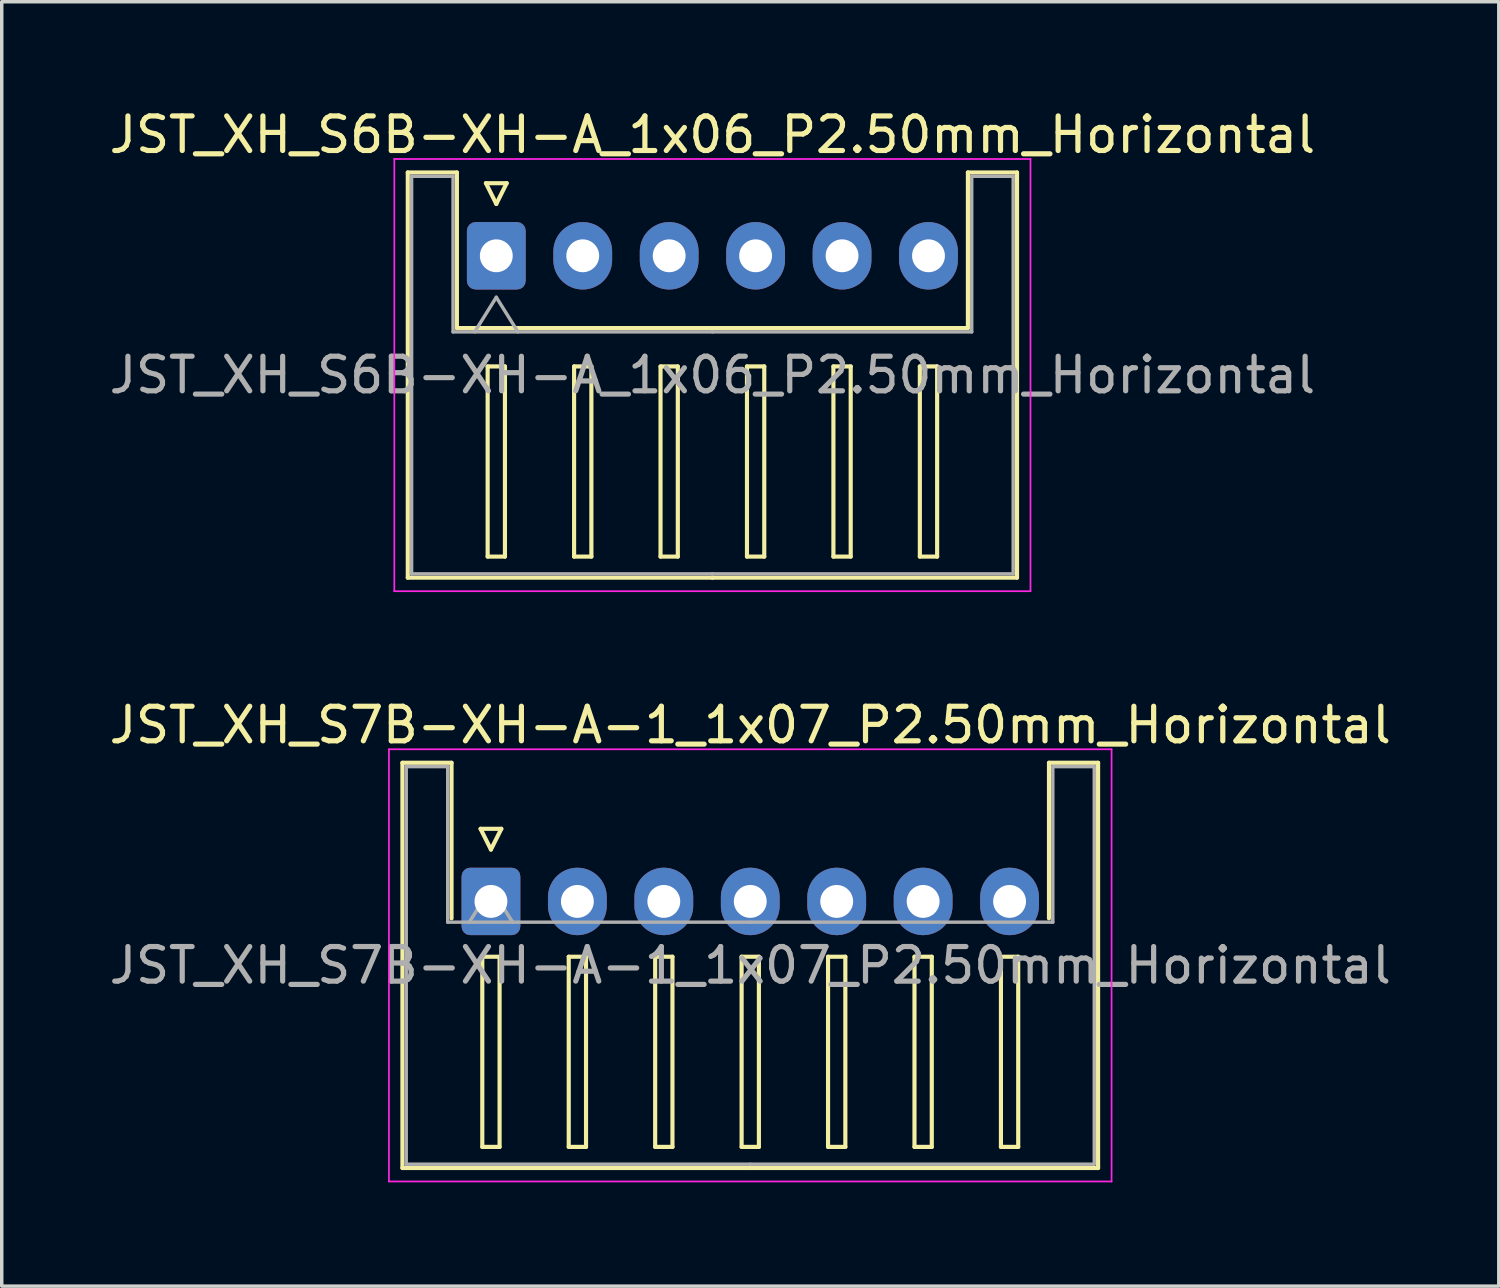
<source format=kicad_pcb>
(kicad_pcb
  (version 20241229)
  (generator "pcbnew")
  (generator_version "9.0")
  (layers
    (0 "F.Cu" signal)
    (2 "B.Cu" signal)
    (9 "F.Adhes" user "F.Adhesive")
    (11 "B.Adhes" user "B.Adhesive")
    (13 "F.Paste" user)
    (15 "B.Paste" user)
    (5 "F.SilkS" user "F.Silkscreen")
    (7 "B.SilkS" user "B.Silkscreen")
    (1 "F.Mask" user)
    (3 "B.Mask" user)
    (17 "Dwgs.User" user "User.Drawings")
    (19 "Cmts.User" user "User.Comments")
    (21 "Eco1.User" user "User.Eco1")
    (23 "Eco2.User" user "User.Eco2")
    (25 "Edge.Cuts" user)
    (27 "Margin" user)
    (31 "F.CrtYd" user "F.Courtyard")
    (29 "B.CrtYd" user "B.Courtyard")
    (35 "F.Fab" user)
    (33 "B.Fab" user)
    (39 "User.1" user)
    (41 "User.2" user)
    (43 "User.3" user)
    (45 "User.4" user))
  (footprint "JST_XH_S7B-XH-A-1_1x07_P2.50mm_Horizontal"
    (layer "F.Cu")
    (at 11.149 23.021)
    (property "Reference" "JST_XH_S7B-XH-A-1_1x07_P2.50mm_Horizontal" (at 7.5 -5.1 0) (layer "F.SilkS") (effects (font (size 1 1) (thickness 0.15))))
    (attr through_hole)
    (fp_line (start -2.56 -4.01) (end -1.14 -4.01) (stroke (width 0.12) (type solid)) (layer "F.SilkS"))
    (fp_line (start -2.56 7.71) (end -2.56 -4.01) (stroke (width 0.12) (type solid)) (layer "F.SilkS"))
    (fp_line (start -1.14 -4.01) (end -1.14 0.49) (stroke (width 0.12) (type solid)) (layer "F.SilkS"))
    (fp_line (start -0.3 -2.1) (end 0.3 -2.1) (stroke (width 0.12) (type solid)) (layer "F.SilkS"))
    (fp_line (start -0.25 1.6) (end -0.25 7.1) (stroke (width 0.12) (type solid)) (layer "F.SilkS"))
    (fp_line (start -0.25 7.1) (end 0.25 7.1) (stroke (width 0.12) (type solid)) (layer "F.SilkS"))
    (fp_line (start 0 -1.5) (end -0.3 -2.1) (stroke (width 0.12) (type solid)) (layer "F.SilkS"))
    (fp_line (start 0.25 1.6) (end -0.25 1.6) (stroke (width 0.12) (type solid)) (layer "F.SilkS"))
    (fp_line (start 0.25 7.1) (end 0.25 1.6) (stroke (width 0.12) (type solid)) (layer "F.SilkS"))
    (fp_line (start 0.3 -2.1) (end 0 -1.5) (stroke (width 0.12) (type solid)) (layer "F.SilkS"))
    (fp_line (start 2.25 1.6) (end 2.25 7.1) (stroke (width 0.12) (type solid)) (layer "F.SilkS"))
    (fp_line (start 2.25 7.1) (end 2.75 7.1) (stroke (width 0.12) (type solid)) (layer "F.SilkS"))
    (fp_line (start 2.75 1.6) (end 2.25 1.6) (stroke (width 0.12) (type solid)) (layer "F.SilkS"))
    (fp_line (start 2.75 7.1) (end 2.75 1.6) (stroke (width 0.12) (type solid)) (layer "F.SilkS"))
    (fp_line (start 4.75 1.6) (end 4.75 7.1) (stroke (width 0.12) (type solid)) (layer "F.SilkS"))
    (fp_line (start 4.75 7.1) (end 5.25 7.1) (stroke (width 0.12) (type solid)) (layer "F.SilkS"))
    (fp_line (start 5.25 1.6) (end 4.75 1.6) (stroke (width 0.12) (type solid)) (layer "F.SilkS"))
    (fp_line (start 5.25 7.1) (end 5.25 1.6) (stroke (width 0.12) (type solid)) (layer "F.SilkS"))
    (fp_line (start 7.25 1.6) (end 7.25 7.1) (stroke (width 0.12) (type solid)) (layer "F.SilkS"))
    (fp_line (start 7.25 7.1) (end 7.75 7.1) (stroke (width 0.12) (type solid)) (layer "F.SilkS"))
    (fp_line (start 7.5 7.71) (end -2.56 7.71) (stroke (width 0.12) (type solid)) (layer "F.SilkS"))
    (fp_line (start 7.5 7.71) (end 17.56 7.71) (stroke (width 0.12) (type solid)) (layer "F.SilkS"))
    (fp_line (start 7.75 1.6) (end 7.25 1.6) (stroke (width 0.12) (type solid)) (layer "F.SilkS"))
    (fp_line (start 7.75 7.1) (end 7.75 1.6) (stroke (width 0.12) (type solid)) (layer "F.SilkS"))
    (fp_line (start 9.75 1.6) (end 9.75 7.1) (stroke (width 0.12) (type solid)) (layer "F.SilkS"))
    (fp_line (start 9.75 7.1) (end 10.25 7.1) (stroke (width 0.12) (type solid)) (layer "F.SilkS"))
    (fp_line (start 10.25 1.6) (end 9.75 1.6) (stroke (width 0.12) (type solid)) (layer "F.SilkS"))
    (fp_line (start 10.25 7.1) (end 10.25 1.6) (stroke (width 0.12) (type solid)) (layer "F.SilkS"))
    (fp_line (start 12.25 1.6) (end 12.25 7.1) (stroke (width 0.12) (type solid)) (layer "F.SilkS"))
    (fp_line (start 12.25 7.1) (end 12.75 7.1) (stroke (width 0.12) (type solid)) (layer "F.SilkS"))
    (fp_line (start 12.75 1.6) (end 12.25 1.6) (stroke (width 0.12) (type solid)) (layer "F.SilkS"))
    (fp_line (start 12.75 7.1) (end 12.75 1.6) (stroke (width 0.12) (type solid)) (layer "F.SilkS"))
    (fp_line (start 14.75 1.6) (end 14.75 7.1) (stroke (width 0.12) (type solid)) (layer "F.SilkS"))
    (fp_line (start 14.75 7.1) (end 15.25 7.1) (stroke (width 0.12) (type solid)) (layer "F.SilkS"))
    (fp_line (start 15.25 1.6) (end 14.75 1.6) (stroke (width 0.12) (type solid)) (layer "F.SilkS"))
    (fp_line (start 15.25 7.1) (end 15.25 1.6) (stroke (width 0.12) (type solid)) (layer "F.SilkS"))
    (fp_line (start 16.14 -4.01) (end 16.14 0.49) (stroke (width 0.12) (type solid)) (layer "F.SilkS"))
    (fp_line (start 17.56 -4.01) (end 16.14 -4.01) (stroke (width 0.12) (type solid)) (layer "F.SilkS"))
    (fp_line (start 17.56 7.71) (end 17.56 -4.01) (stroke (width 0.12) (type solid)) (layer "F.SilkS"))
    (fp_line (start -2.95 -4.4) (end -2.95 8.1) (stroke (width 0.05) (type solid)) (layer "F.CrtYd"))
    (fp_line (start -2.95 8.1) (end 17.95 8.1) (stroke (width 0.05) (type solid)) (layer "F.CrtYd"))
    (fp_line (start 17.95 -4.4) (end -2.95 -4.4) (stroke (width 0.05) (type solid)) (layer "F.CrtYd"))
    (fp_line (start 17.95 8.1) (end 17.95 -4.4) (stroke (width 0.05) (type solid)) (layer "F.CrtYd"))
    (fp_line (start -2.45 -3.9) (end -1.25 -3.9) (stroke (width 0.1) (type solid)) (layer "F.Fab"))
    (fp_line (start -2.45 7.6) (end -2.45 -3.9) (stroke (width 0.1) (type solid)) (layer "F.Fab"))
    (fp_line (start -1.25 -3.9) (end -1.25 0.6) (stroke (width 0.1) (type solid)) (layer "F.Fab"))
    (fp_line (start -1.25 0.6) (end 7.5 0.6) (stroke (width 0.1) (type solid)) (layer "F.Fab"))
    (fp_line (start -0.625 0.6) (end 0 -0.4) (stroke (width 0.1) (type solid)) (layer "F.Fab"))
    (fp_line (start 0 -0.4) (end 0.625 0.6) (stroke (width 0.1) (type solid)) (layer "F.Fab"))
    (fp_line (start 7.5 7.6) (end -2.45 7.6) (stroke (width 0.1) (type solid)) (layer "F.Fab"))
    (fp_line (start 7.5 7.6) (end 17.45 7.6) (stroke (width 0.1) (type solid)) (layer "F.Fab"))
    (fp_line (start 16.25 -3.9) (end 16.25 0.6) (stroke (width 0.1) (type solid)) (layer "F.Fab"))
    (fp_line (start 16.25 0.6) (end 7.5 0.6) (stroke (width 0.1) (type solid)) (layer "F.Fab"))
    (fp_line (start 17.45 -3.9) (end 16.25 -3.9) (stroke (width 0.1) (type solid)) (layer "F.Fab"))
    (fp_line (start 17.45 7.6) (end 17.45 -3.9) (stroke (width 0.1) (type solid)) (layer "F.Fab"))
    (fp_text user "${REFERENCE}" (at 7.5 1.85 0) (layer "F.Fab") (effects (font (size 1 1) (thickness 0.15))))
    (pad "1" thru_hole roundrect (at 0 0) (size 1.7 1.95) (drill 0.95) (layers "*.Cu" "*.Mask") (roundrect_rratio 0.147))
    (pad "2" thru_hole oval (at 2.5 0) (size 1.7 1.95) (drill 0.95) (layers "*.Cu" "*.Mask"))
    (pad "3" thru_hole oval (at 5 0) (size 1.7 1.95) (drill 0.95) (layers "*.Cu" "*.Mask"))
    (pad "4" thru_hole oval (at 7.5 0) (size 1.7 1.95) (drill 0.95) (layers "*.Cu" "*.Mask"))
    (pad "5" thru_hole oval (at 10 0) (size 1.7 1.95) (drill 0.95) (layers "*.Cu" "*.Mask"))
    (pad "6" thru_hole oval (at 12.5 0) (size 1.7 1.95) (drill 0.95) (layers "*.Cu" "*.Mask"))
    (pad "7" thru_hole oval (at 15 0) (size 1.7 1.95) (drill 0.95) (layers "*.Cu" "*.Mask")))
  (footprint "JST_XH_S6B-XH-A_1x06_P2.50mm_Horizontal"
    (layer "F.Cu")
    (at 11.304 4.348)
    (property "Reference" "JST_XH_S6B-XH-A_1x06_P2.50mm_Horizontal" (at 6.25 -3.5 0) (layer "F.SilkS") (effects (font (size 1 1) (thickness 0.15))))
    (attr through_hole)
    (fp_line (start -2.56 -2.41) (end -1.14 -2.41) (stroke (width 0.12) (type solid)) (layer "F.SilkS"))
    (fp_line (start -2.56 9.31) (end -2.56 -2.41) (stroke (width 0.12) (type solid)) (layer "F.SilkS"))
    (fp_line (start -1.14 -2.41) (end -1.14 2.09) (stroke (width 0.12) (type solid)) (layer "F.SilkS"))
    (fp_line (start -1.14 2.09) (end 6.25 2.09) (stroke (width 0.12) (type solid)) (layer "F.SilkS"))
    (fp_line (start -0.3 -2.1) (end 0.3 -2.1) (stroke (width 0.12) (type solid)) (layer "F.SilkS"))
    (fp_line (start -0.25 3.2) (end -0.25 8.7) (stroke (width 0.12) (type solid)) (layer "F.SilkS"))
    (fp_line (start -0.25 8.7) (end 0.25 8.7) (stroke (width 0.12) (type solid)) (layer "F.SilkS"))
    (fp_line (start 0 -1.5) (end -0.3 -2.1) (stroke (width 0.12) (type solid)) (layer "F.SilkS"))
    (fp_line (start 0.25 3.2) (end -0.25 3.2) (stroke (width 0.12) (type solid)) (layer "F.SilkS"))
    (fp_line (start 0.25 8.7) (end 0.25 3.2) (stroke (width 0.12) (type solid)) (layer "F.SilkS"))
    (fp_line (start 0.3 -2.1) (end 0 -1.5) (stroke (width 0.12) (type solid)) (layer "F.SilkS"))
    (fp_line (start 2.25 3.2) (end 2.25 8.7) (stroke (width 0.12) (type solid)) (layer "F.SilkS"))
    (fp_line (start 2.25 8.7) (end 2.75 8.7) (stroke (width 0.12) (type solid)) (layer "F.SilkS"))
    (fp_line (start 2.75 3.2) (end 2.25 3.2) (stroke (width 0.12) (type solid)) (layer "F.SilkS"))
    (fp_line (start 2.75 8.7) (end 2.75 3.2) (stroke (width 0.12) (type solid)) (layer "F.SilkS"))
    (fp_line (start 4.75 3.2) (end 4.75 8.7) (stroke (width 0.12) (type solid)) (layer "F.SilkS"))
    (fp_line (start 4.75 8.7) (end 5.25 8.7) (stroke (width 0.12) (type solid)) (layer "F.SilkS"))
    (fp_line (start 5.25 3.2) (end 4.75 3.2) (stroke (width 0.12) (type solid)) (layer "F.SilkS"))
    (fp_line (start 5.25 8.7) (end 5.25 3.2) (stroke (width 0.12) (type solid)) (layer "F.SilkS"))
    (fp_line (start 6.25 9.31) (end -2.56 9.31) (stroke (width 0.12) (type solid)) (layer "F.SilkS"))
    (fp_line (start 6.25 9.31) (end 15.06 9.31) (stroke (width 0.12) (type solid)) (layer "F.SilkS"))
    (fp_line (start 7.25 3.2) (end 7.25 8.7) (stroke (width 0.12) (type solid)) (layer "F.SilkS"))
    (fp_line (start 7.25 8.7) (end 7.75 8.7) (stroke (width 0.12) (type solid)) (layer "F.SilkS"))
    (fp_line (start 7.75 3.2) (end 7.25 3.2) (stroke (width 0.12) (type solid)) (layer "F.SilkS"))
    (fp_line (start 7.75 8.7) (end 7.75 3.2) (stroke (width 0.12) (type solid)) (layer "F.SilkS"))
    (fp_line (start 9.75 3.2) (end 9.75 8.7) (stroke (width 0.12) (type solid)) (layer "F.SilkS"))
    (fp_line (start 9.75 8.7) (end 10.25 8.7) (stroke (width 0.12) (type solid)) (layer "F.SilkS"))
    (fp_line (start 10.25 3.2) (end 9.75 3.2) (stroke (width 0.12) (type solid)) (layer "F.SilkS"))
    (fp_line (start 10.25 8.7) (end 10.25 3.2) (stroke (width 0.12) (type solid)) (layer "F.SilkS"))
    (fp_line (start 12.25 3.2) (end 12.25 8.7) (stroke (width 0.12) (type solid)) (layer "F.SilkS"))
    (fp_line (start 12.25 8.7) (end 12.75 8.7) (stroke (width 0.12) (type solid)) (layer "F.SilkS"))
    (fp_line (start 12.75 3.2) (end 12.25 3.2) (stroke (width 0.12) (type solid)) (layer "F.SilkS"))
    (fp_line (start 12.75 8.7) (end 12.75 3.2) (stroke (width 0.12) (type solid)) (layer "F.SilkS"))
    (fp_line (start 13.64 -2.41) (end 13.64 2.09) (stroke (width 0.12) (type solid)) (layer "F.SilkS"))
    (fp_line (start 13.64 2.09) (end 6.25 2.09) (stroke (width 0.12) (type solid)) (layer "F.SilkS"))
    (fp_line (start 15.06 -2.41) (end 13.64 -2.41) (stroke (width 0.12) (type solid)) (layer "F.SilkS"))
    (fp_line (start 15.06 9.31) (end 15.06 -2.41) (stroke (width 0.12) (type solid)) (layer "F.SilkS"))
    (fp_line (start -2.95 -2.8) (end -2.95 9.7) (stroke (width 0.05) (type solid)) (layer "F.CrtYd"))
    (fp_line (start -2.95 9.7) (end 15.45 9.7) (stroke (width 0.05) (type solid)) (layer "F.CrtYd"))
    (fp_line (start 15.45 -2.8) (end -2.95 -2.8) (stroke (width 0.05) (type solid)) (layer "F.CrtYd"))
    (fp_line (start 15.45 9.7) (end 15.45 -2.8) (stroke (width 0.05) (type solid)) (layer "F.CrtYd"))
    (fp_line (start -2.45 -2.3) (end -1.25 -2.3) (stroke (width 0.1) (type solid)) (layer "F.Fab"))
    (fp_line (start -2.45 9.2) (end -2.45 -2.3) (stroke (width 0.1) (type solid)) (layer "F.Fab"))
    (fp_line (start -1.25 -2.3) (end -1.25 2.2) (stroke (width 0.1) (type solid)) (layer "F.Fab"))
    (fp_line (start -1.25 2.2) (end 6.25 2.2) (stroke (width 0.1) (type solid)) (layer "F.Fab"))
    (fp_line (start -0.625 2.2) (end 0 1.2) (stroke (width 0.1) (type solid)) (layer "F.Fab"))
    (fp_line (start 0 1.2) (end 0.625 2.2) (stroke (width 0.1) (type solid)) (layer "F.Fab"))
    (fp_line (start 6.25 9.2) (end -2.45 9.2) (stroke (width 0.1) (type solid)) (layer "F.Fab"))
    (fp_line (start 6.25 9.2) (end 14.95 9.2) (stroke (width 0.1) (type solid)) (layer "F.Fab"))
    (fp_line (start 13.75 -2.3) (end 13.75 2.2) (stroke (width 0.1) (type solid)) (layer "F.Fab"))
    (fp_line (start 13.75 2.2) (end 6.25 2.2) (stroke (width 0.1) (type solid)) (layer "F.Fab"))
    (fp_line (start 14.95 -2.3) (end 13.75 -2.3) (stroke (width 0.1) (type solid)) (layer "F.Fab"))
    (fp_line (start 14.95 9.2) (end 14.95 -2.3) (stroke (width 0.1) (type solid)) (layer "F.Fab"))
    (fp_text user "${REFERENCE}" (at 6.25 3.45 0) (layer "F.Fab") (effects (font (size 1 1) (thickness 0.15))))
    (pad "1" thru_hole roundrect (at 0 0) (size 1.7 1.95) (drill 0.95) (layers "*.Cu" "*.Mask") (roundrect_rratio 0.147))
    (pad "2" thru_hole oval (at 2.5 0) (size 1.7 1.95) (drill 0.95) (layers "*.Cu" "*.Mask"))
    (pad "3" thru_hole oval (at 5 0) (size 1.7 1.95) (drill 0.95) (layers "*.Cu" "*.Mask"))
    (pad "4" thru_hole oval (at 7.5 0) (size 1.7 1.95) (drill 0.95) (layers "*.Cu" "*.Mask"))
    (pad "5" thru_hole oval (at 10 0) (size 1.7 1.95) (drill 0.95) (layers "*.Cu" "*.Mask"))
    (pad "6" thru_hole oval (at 12.5 0) (size 1.7 1.95) (drill 0.95) (layers "*.Cu" "*.Mask")))
  (gr_rect
    (start -3 -3)
    (end 40.298 34.147)
    (stroke (width 0.1) (type default))
    (fill no)
    (layer "Edge.Cuts")))
</source>
